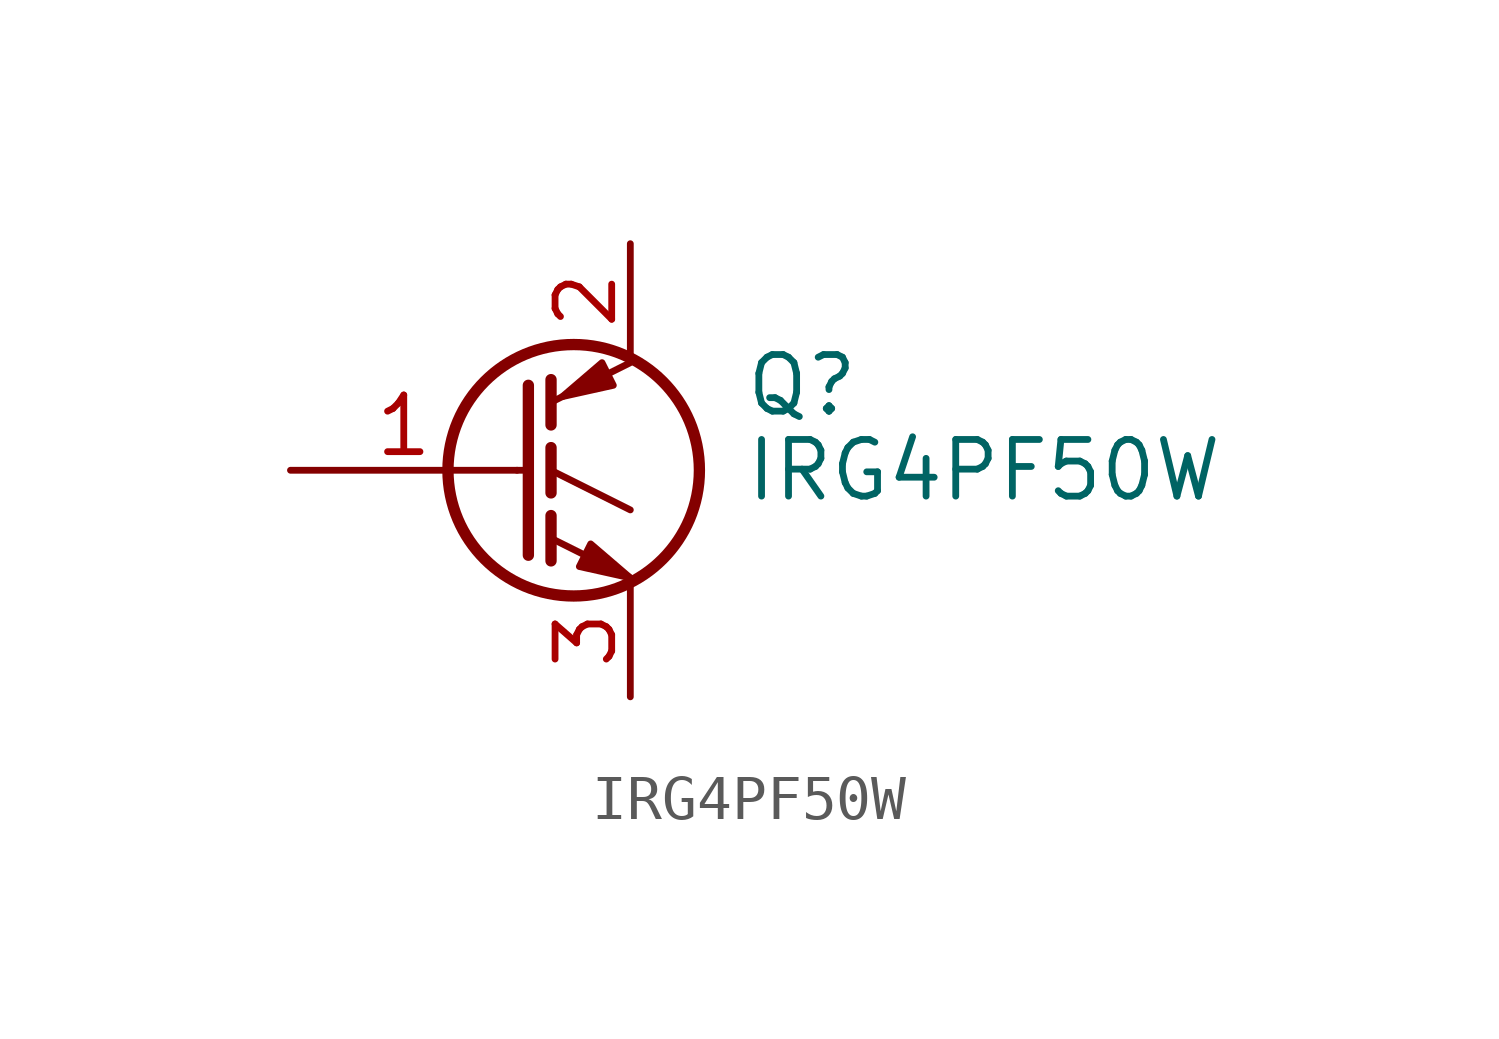
<source format=kicad_sym>
(kicad_symbol_lib
  (version 20201005)
  (generator kicad_symbol_editor)
  (symbol "Transistor_IGBT:IRG4PF50W"
    (pin_names
      (offset 0) hide)
    (property "Reference" "Q"
      (at 5.08 1.905 0)
      (effects (font (size 1.27 1.27)) (justify left)))
    (property "Value" "IRG4PF50W"
      (at 5.08 0 0)
      (effects (font (size 1.27 1.27)) (justify left)))
    (symbol "IRG4PF50W_0_1"
      (circle (center 1.27 0) (radius 2.819) (stroke (width 0.254)) (fill (type none)))
      (polyline (pts (xy 0 0) (xy 0.254 0)) (stroke (width 0)) (fill (type none)))
      (polyline (pts (xy 0.762 -1.016) (xy 0.762 -2.032)) (stroke (width 0.254)) (fill (type none)))
      (polyline (pts (xy 0.762 0.508) (xy 0.762 -0.508)) (stroke (width 0.254)) (fill (type none)))
      (polyline (pts (xy 0.762 2.032) (xy 0.762 1.016)) (stroke (width 0.254)) (fill (type none)))
      (polyline (pts (xy 2.54 -2.413) (xy 0.762 -1.524)) (stroke (width 0)) (fill (type none)))
      (polyline (pts (xy 2.54 -0.889) (xy 0.762 0)) (stroke (width 0)) (fill (type none)))
      (polyline (pts (xy 2.54 2.413) (xy 0.762 1.524)) (stroke (width 0)) (fill (type none)))
      (polyline (pts (xy 0.254 1.905) (xy 0.254 -1.905) (xy 0.254 -1.905)) (stroke (width 0.254)) (fill (type none)))
      (polyline (pts (xy 1.397 -2.159) (xy 1.651 -1.651) (xy 2.54 -2.413) (xy 1.397 -2.159)) (stroke (width 0)) (fill (type outline)))
      (polyline (pts (xy 2.159 1.905) (xy 1.905 2.413) (xy 1.016 1.651) (xy 2.159 1.905)) (stroke (width 0)) (fill (type outline))))
    (symbol "IRG4PF50W_1_1"
      (pin input line (at -5.08 0 0) (length 5.08) (name "G" (effects (font (size 1.27 1.27)))) (number "1" (effects (font (size 1.27 1.27)))))
      (pin passive line (at 2.54 5.08 270) (length 2.54) (name "C" (effects (font (size 1.27 1.27)))) (number "2" (effects (font (size 1.27 1.27)))))
      (pin passive line (at 2.54 -5.08 90) (length 2.54) (name "E" (effects (font (size 1.27 1.27)))) (number "3" (effects (font (size 1.27 1.27))))))))
</source>
